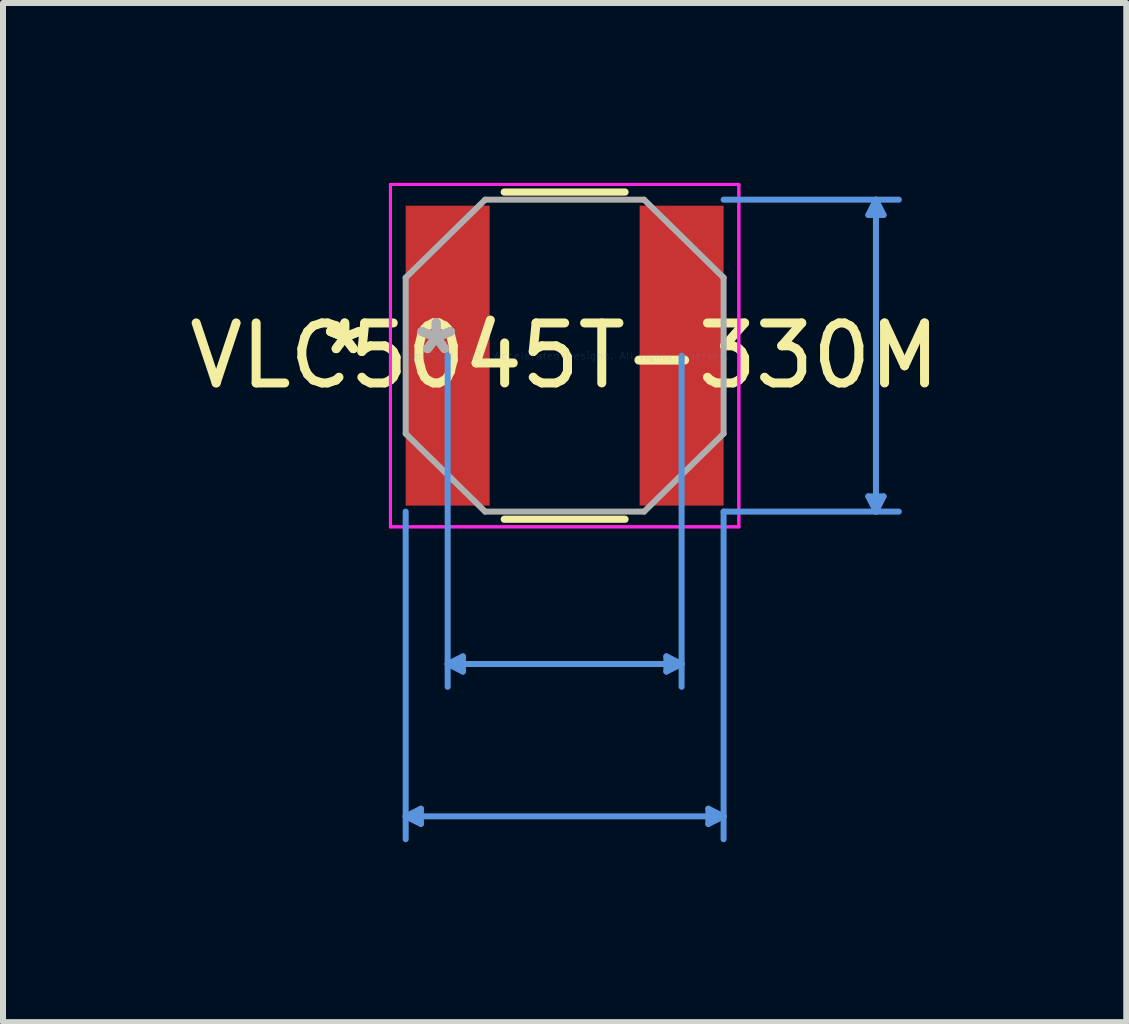
<source format=kicad_pcb>
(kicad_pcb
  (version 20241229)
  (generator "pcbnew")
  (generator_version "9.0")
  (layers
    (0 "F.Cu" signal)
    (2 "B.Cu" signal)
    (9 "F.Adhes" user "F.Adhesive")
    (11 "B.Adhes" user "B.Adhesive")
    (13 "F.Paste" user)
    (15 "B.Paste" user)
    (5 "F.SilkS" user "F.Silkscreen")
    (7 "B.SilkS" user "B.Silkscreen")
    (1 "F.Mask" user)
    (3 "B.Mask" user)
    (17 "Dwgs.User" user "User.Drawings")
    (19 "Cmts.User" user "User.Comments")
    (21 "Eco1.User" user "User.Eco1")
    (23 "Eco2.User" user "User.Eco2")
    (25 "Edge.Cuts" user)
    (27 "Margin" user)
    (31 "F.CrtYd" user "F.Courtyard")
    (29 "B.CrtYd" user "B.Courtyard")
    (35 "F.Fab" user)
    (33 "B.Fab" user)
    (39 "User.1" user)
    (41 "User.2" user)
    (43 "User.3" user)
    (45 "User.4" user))
  (footprint "VLC5045T-330M"
    (layer "F.Cu")
    (at 6.363 2.879)
    (property "Reference" "VLC5045T-330M" (at 0 0 0) (layer "F.SilkS") (effects (font (size 1 1) (thickness 0.15))))
    (attr through_hole)
    (fp_line (start -1.007 2.727) (end 1.007 2.727) (stroke (width 0.12) (type solid)) (layer "F.SilkS"))
    (fp_line (start 1.007 -2.727) (end -1.007 -2.727) (stroke (width 0.12) (type solid)) (layer "F.SilkS"))
    (fp_line (start -2.65 2.6) (end -2.65 8.061) (stroke (width 0.1) (type solid)) (layer "Cmts.User"))
    (fp_line (start -2.65 7.68) (end -2.396 7.553) (stroke (width 0.1) (type solid)) (layer "Cmts.User"))
    (fp_line (start -2.65 7.68) (end -2.396 7.807) (stroke (width 0.1) (type solid)) (layer "Cmts.User"))
    (fp_line (start -2.65 7.68) (end 2.65 7.68) (stroke (width 0.1) (type solid)) (layer "Cmts.User"))
    (fp_line (start -2.396 7.553) (end -2.396 7.807) (stroke (width 0.1) (type solid)) (layer "Cmts.User"))
    (fp_line (start -1.95 0) (end -1.95 5.521) (stroke (width 0.1) (type solid)) (layer "Cmts.User"))
    (fp_line (start -1.95 5.14) (end -1.696 5.013) (stroke (width 0.1) (type solid)) (layer "Cmts.User"))
    (fp_line (start -1.95 5.14) (end -1.696 5.267) (stroke (width 0.1) (type solid)) (layer "Cmts.User"))
    (fp_line (start -1.95 5.14) (end 1.95 5.14) (stroke (width 0.1) (type solid)) (layer "Cmts.User"))
    (fp_line (start -1.696 5.013) (end -1.696 5.267) (stroke (width 0.1) (type solid)) (layer "Cmts.User"))
    (fp_line (start 1.696 5.013) (end 1.696 5.267) (stroke (width 0.1) (type solid)) (layer "Cmts.User"))
    (fp_line (start 1.95 0) (end 1.95 5.521) (stroke (width 0.1) (type solid)) (layer "Cmts.User"))
    (fp_line (start 1.95 5.14) (end 1.696 5.013) (stroke (width 0.1) (type solid)) (layer "Cmts.User"))
    (fp_line (start 1.95 5.14) (end 1.696 5.267) (stroke (width 0.1) (type solid)) (layer "Cmts.User"))
    (fp_line (start 2.396 7.553) (end 2.396 7.807) (stroke (width 0.1) (type solid)) (layer "Cmts.User"))
    (fp_line (start 2.65 -2.6) (end 5.571 -2.6) (stroke (width 0.1) (type solid)) (layer "Cmts.User"))
    (fp_line (start 2.65 2.6) (end 2.65 8.061) (stroke (width 0.1) (type solid)) (layer "Cmts.User"))
    (fp_line (start 2.65 2.6) (end 5.571 2.6) (stroke (width 0.1) (type solid)) (layer "Cmts.User"))
    (fp_line (start 2.65 7.68) (end 2.396 7.553) (stroke (width 0.1) (type solid)) (layer "Cmts.User"))
    (fp_line (start 2.65 7.68) (end 2.396 7.807) (stroke (width 0.1) (type solid)) (layer "Cmts.User"))
    (fp_line (start 5.063 -2.346) (end 5.317 -2.346) (stroke (width 0.1) (type solid)) (layer "Cmts.User"))
    (fp_line (start 5.063 2.346) (end 5.317 2.346) (stroke (width 0.1) (type solid)) (layer "Cmts.User"))
    (fp_line (start 5.19 -2.6) (end 5.063 -2.346) (stroke (width 0.1) (type solid)) (layer "Cmts.User"))
    (fp_line (start 5.19 -2.6) (end 5.19 2.6) (stroke (width 0.1) (type solid)) (layer "Cmts.User"))
    (fp_line (start 5.19 -2.6) (end 5.317 -2.346) (stroke (width 0.1) (type solid)) (layer "Cmts.User"))
    (fp_line (start 5.19 2.6) (end 5.063 2.346) (stroke (width 0.1) (type solid)) (layer "Cmts.User"))
    (fp_line (start 5.19 2.6) (end 5.317 2.346) (stroke (width 0.1) (type solid)) (layer "Cmts.User"))
    (fp_line (start -2.904 -2.854) (end 2.904 -2.854) (stroke (width 0.05) (type solid)) (layer "F.CrtYd"))
    (fp_line (start -2.904 -2.854) (end 2.904 -2.854) (stroke (width 0.05) (type solid)) (layer "F.CrtYd"))
    (fp_line (start -2.904 2.854) (end -2.904 -2.854) (stroke (width 0.05) (type solid)) (layer "F.CrtYd"))
    (fp_line (start -2.904 2.854) (end -2.904 -2.854) (stroke (width 0.05) (type solid)) (layer "F.CrtYd"))
    (fp_line (start 2.904 -2.854) (end 2.904 2.854) (stroke (width 0.05) (type solid)) (layer "F.CrtYd"))
    (fp_line (start 2.904 -2.854) (end 2.904 2.854) (stroke (width 0.05) (type solid)) (layer "F.CrtYd"))
    (fp_line (start 2.904 2.854) (end -2.904 2.854) (stroke (width 0.05) (type solid)) (layer "F.CrtYd"))
    (fp_line (start 2.904 2.854) (end -2.904 2.854) (stroke (width 0.05) (type solid)) (layer "F.CrtYd"))
    (fp_line (start -2.65 -1.3) (end -2.65 1.3) (stroke (width 0.1) (type solid)) (layer "F.Fab"))
    (fp_line (start -2.65 1.3) (end -1.325 2.6) (stroke (width 0.1) (type solid)) (layer "F.Fab"))
    (fp_line (start -1.325 -2.6) (end -2.65 -1.3) (stroke (width 0.1) (type solid)) (layer "F.Fab"))
    (fp_line (start -1.325 2.6) (end 1.325 2.6) (stroke (width 0.1) (type solid)) (layer "F.Fab"))
    (fp_line (start 1.325 -2.6) (end -1.325 -2.6) (stroke (width 0.1) (type solid)) (layer "F.Fab"))
    (fp_line (start 1.325 2.6) (end 2.65 1.3) (stroke (width 0.1) (type solid)) (layer "F.Fab"))
    (fp_line (start 2.65 -1.3) (end 1.325 -2.6) (stroke (width 0.1) (type solid)) (layer "F.Fab"))
    (fp_line (start 2.65 1.3) (end 2.65 -1.3) (stroke (width 0.1) (type solid)) (layer "F.Fab"))
    (fp_text user "*" (at -3.666 0 0) (layer "F.SilkS") (effects (font (size 1 1) (thickness 0.15))))
    (fp_text user "*" (at -3.666 0 0) (layer "F.SilkS") (effects (font (size 1 1) (thickness 0.15))))
    (fp_text user "Copyright 2021 Accelerated Designs. All rights reserved." (at 0 0 0) (layer "Cmts.User") (effects (font (size 0.127 0.127) (thickness 0.002))))
    (fp_text user "*" (at -2.142 0 0) (layer "F.Fab") (effects (font (size 1 1) (thickness 0.15))))
    (fp_text user "*" (at -2.142 0 0) (layer "F.Fab") (effects (font (size 1 1) (thickness 0.15))))
    (pad "1" smd rect (at -1.95 0) (size 1.4 5) (layers "F.Cu" "F.Mask" "F.Paste"))
    (pad "2" smd rect (at 1.95 0) (size 1.4 5) (layers "F.Cu" "F.Mask" "F.Paste")))
  (gr_rect
    (start -3 -3)
    (end 15.726 13.99)
    (stroke (width 0.1) (type default))
    (fill no)
    (layer "Edge.Cuts")))
</source>
